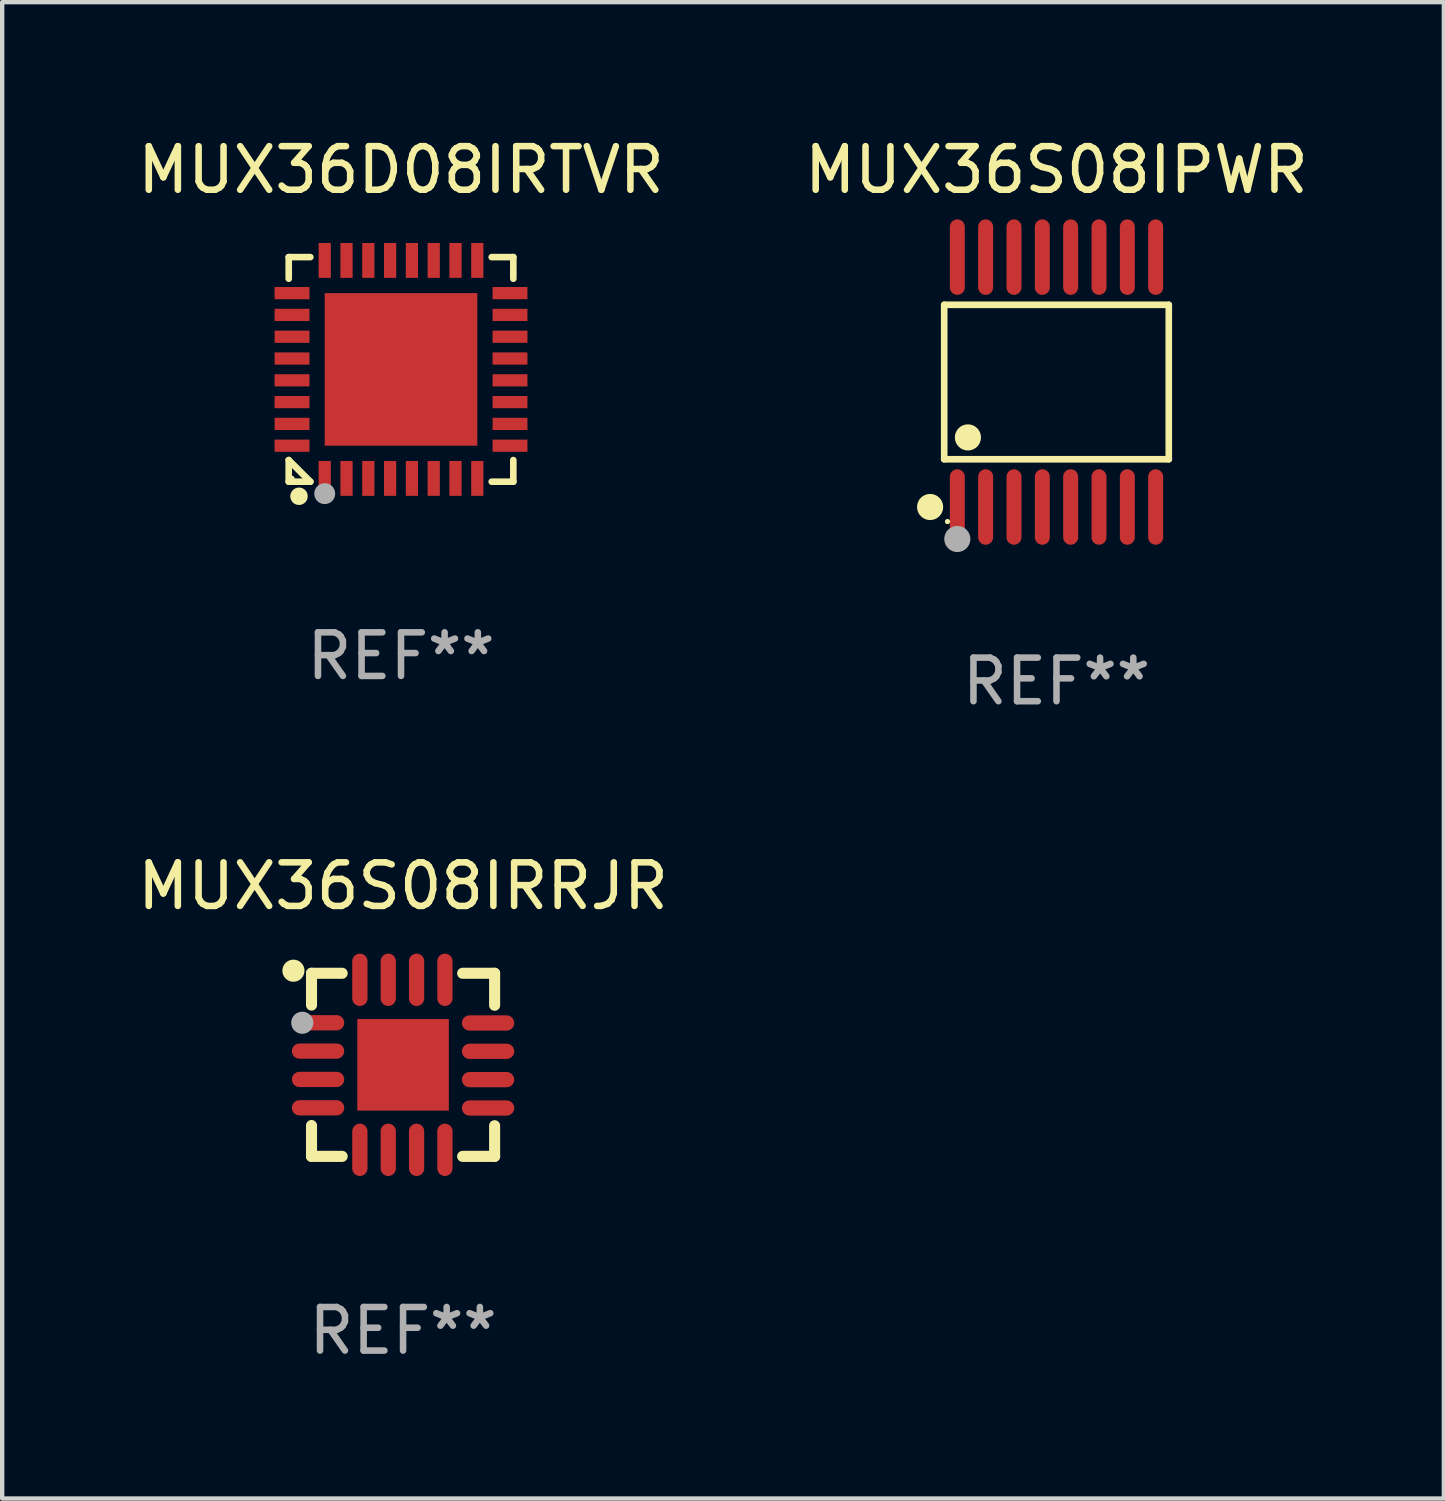
<source format=kicad_pcb>
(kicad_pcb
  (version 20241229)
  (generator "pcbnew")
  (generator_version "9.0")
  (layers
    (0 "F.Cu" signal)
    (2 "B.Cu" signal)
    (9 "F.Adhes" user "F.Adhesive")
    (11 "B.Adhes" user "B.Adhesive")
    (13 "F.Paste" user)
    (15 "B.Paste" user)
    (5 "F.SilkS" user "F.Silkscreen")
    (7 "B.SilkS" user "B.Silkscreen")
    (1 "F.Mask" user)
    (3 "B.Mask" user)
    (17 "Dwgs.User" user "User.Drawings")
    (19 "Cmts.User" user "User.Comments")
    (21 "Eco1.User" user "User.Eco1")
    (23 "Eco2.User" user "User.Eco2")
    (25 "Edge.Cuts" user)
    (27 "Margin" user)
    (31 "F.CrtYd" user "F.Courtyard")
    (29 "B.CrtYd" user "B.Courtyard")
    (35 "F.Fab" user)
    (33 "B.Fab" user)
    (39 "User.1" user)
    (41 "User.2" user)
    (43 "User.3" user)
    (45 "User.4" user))
  (footprint "MUX36S08IRRJR"
    (layer "F.Cu")
    (at 6.196 21.376)
    (property "Reference" "MUX36S08IRRJR" (at 0 -4.1 0) (layer "F.SilkS") (effects (font (size 1 1) (thickness 0.15))))
    (attr through_hole)
    (fp_line (start -2.1 -2.1) (end -2.1 -1.371) (stroke (width 0.254) (type solid)) (layer "F.SilkS"))
    (fp_line (start -2.1 -2.1) (end -1.397 -2.1) (stroke (width 0.254) (type solid)) (layer "F.SilkS"))
    (fp_line (start -2.1 1.392) (end -2.1 2.1) (stroke (width 0.254) (type solid)) (layer "F.SilkS"))
    (fp_line (start -2.1 2.1) (end -1.397 2.1) (stroke (width 0.254) (type solid)) (layer "F.SilkS"))
    (fp_line (start 1.366 -2.1) (end 2.1 -2.1) (stroke (width 0.254) (type solid)) (layer "F.SilkS"))
    (fp_line (start 1.366 2.1) (end 2.1 2.1) (stroke (width 0.254) (type solid)) (layer "F.SilkS"))
    (fp_line (start 2.1 -2.1) (end 2.1 -1.366) (stroke (width 0.254) (type solid)) (layer "F.SilkS"))
    (fp_line (start 2.1 1.397) (end 2.1 2.1) (stroke (width 0.254) (type solid)) (layer "F.SilkS"))
    (fp_circle (center -2.515 -2.159) (end -2.388 -2.159) (stroke (width 0.254) (type solid)) (fill no) (layer "F.SilkS"))
    (fp_circle (center -2.045 -1.97) (end -2.015 -1.97) (stroke (width 0.06) (type solid)) (fill no) (layer "F.SilkS"))
    (fp_circle (center -2.312 -0.965) (end -2.185 -0.965) (stroke (width 0.254) (type solid)) (fill no) (layer "F.Fab"))
    (fp_text user "REF**" (at 0 6.1 0) (layer "F.Fab") (effects (font (size 1 1) (thickness 0.15))))
    (pad "1" smd oval (at -1.95 -0.965 270) (size 0.35 1.2) (layers "F.Cu" "F.Mask" "F.Paste"))
    (pad "2" smd oval (at -1.95 -0.315 270) (size 0.35 1.2) (layers "F.Cu" "F.Mask" "F.Paste"))
    (pad "3" smd oval (at -1.95 0.335 270) (size 0.35 1.2) (layers "F.Cu" "F.Mask" "F.Paste"))
    (pad "4" smd oval (at -1.95 0.986 270) (size 0.35 1.2) (layers "F.Cu" "F.Mask" "F.Paste"))
    (pad "5" smd oval (at -0.991 1.95) (size 0.35 1.2) (layers "F.Cu" "F.Mask" "F.Paste"))
    (pad "6" smd oval (at -0.34 1.95) (size 0.35 1.2) (layers "F.Cu" "F.Mask" "F.Paste"))
    (pad "7" smd oval (at 0.31 1.95) (size 0.35 1.2) (layers "F.Cu" "F.Mask" "F.Paste"))
    (pad "8" smd oval (at 0.96 1.95) (size 0.35 1.2) (layers "F.Cu" "F.Mask" "F.Paste"))
    (pad "9" smd oval (at 1.95 0.991 270) (size 0.35 1.2) (layers "F.Cu" "F.Mask" "F.Paste"))
    (pad "10" smd oval (at 1.95 0.34 270) (size 0.35 1.2) (layers "F.Cu" "F.Mask" "F.Paste"))
    (pad "11" smd oval (at 1.95 -0.31 270) (size 0.35 1.2) (layers "F.Cu" "F.Mask" "F.Paste"))
    (pad "12" smd oval (at 1.95 -0.96 270) (size 0.35 1.2) (layers "F.Cu" "F.Mask" "F.Paste"))
    (pad "13" smd oval (at 0.96 -1.95) (size 0.35 1.2) (layers "F.Cu" "F.Mask" "F.Paste"))
    (pad "14" smd oval (at 0.31 -1.95) (size 0.35 1.2) (layers "F.Cu" "F.Mask" "F.Paste"))
    (pad "15" smd oval (at -0.34 -1.95) (size 0.35 1.2) (layers "F.Cu" "F.Mask" "F.Paste"))
    (pad "16" smd oval (at -0.991 -1.95) (size 0.35 1.2) (layers "F.Cu" "F.Mask" "F.Paste"))
    (pad "17" smd rect (at 0 0) (size 2.1 2.1) (layers "F.Cu" "F.Mask" "F.Paste")))
  (footprint "MUX36D08IRTVR"
    (layer "F.Cu")
    (at 6.149 5.424)
    (property "Reference" "MUX36D08IRTVR" (at 0 -4.576 0) (layer "F.SilkS") (effects (font (size 1 1) (thickness 0.15))))
    (attr through_hole)
    (fp_line (start -2.576 -2.576) (end -2.08 -2.576) (stroke (width 0.152) (type solid)) (layer "F.SilkS"))
    (fp_line (start -2.576 -2.08) (end -2.576 -2.576) (stroke (width 0.152) (type solid)) (layer "F.SilkS"))
    (fp_line (start -2.576 2.08) (end -2.576 2.576) (stroke (width 0.152) (type solid)) (layer "F.SilkS"))
    (fp_line (start -2.576 2.08) (end -2.08 2.576) (stroke (width 0.152) (type solid)) (layer "F.SilkS"))
    (fp_line (start -2.576 2.576) (end -2.08 2.576) (stroke (width 0.152) (type solid)) (layer "F.SilkS"))
    (fp_line (start 2.576 -2.576) (end 2.08 -2.576) (stroke (width 0.152) (type solid)) (layer "F.SilkS"))
    (fp_line (start 2.576 -2.08) (end 2.576 -2.576) (stroke (width 0.152) (type solid)) (layer "F.SilkS"))
    (fp_line (start 2.576 2.08) (end 2.576 2.576) (stroke (width 0.152) (type solid)) (layer "F.SilkS"))
    (fp_line (start 2.576 2.576) (end 2.08 2.576) (stroke (width 0.152) (type solid)) (layer "F.SilkS"))
    (fp_circle (center -2.5 2.5) (end -2.47 2.5) (stroke (width 0.06) (type solid)) (fill no) (layer "F.SilkS"))
    (fp_circle (center -2.34 2.91) (end -2.24 2.91) (stroke (width 0.2) (type solid)) (fill no) (layer "F.SilkS"))
    (fp_circle (center -1.75 2.85) (end -1.63 2.85) (stroke (width 0.24) (type solid)) (fill no) (layer "F.Fab"))
    (fp_text user "REF**" (at 0 6.576 0) (layer "F.Fab") (effects (font (size 1 1) (thickness 0.15))))
    (pad "1" smd rect (at -1.75 2.5) (size 0.28 0.8) (layers "F.Cu" "F.Mask" "F.Paste"))
    (pad "2" smd rect (at -1.25 2.5) (size 0.28 0.8) (layers "F.Cu" "F.Mask" "F.Paste"))
    (pad "3" smd rect (at -0.75 2.5) (size 0.28 0.8) (layers "F.Cu" "F.Mask" "F.Paste"))
    (pad "4" smd rect (at -0.25 2.5) (size 0.28 0.8) (layers "F.Cu" "F.Mask" "F.Paste"))
    (pad "5" smd rect (at 0.25 2.5) (size 0.28 0.8) (layers "F.Cu" "F.Mask" "F.Paste"))
    (pad "6" smd rect (at 0.75 2.5) (size 0.28 0.8) (layers "F.Cu" "F.Mask" "F.Paste"))
    (pad "7" smd rect (at 1.25 2.5) (size 0.28 0.8) (layers "F.Cu" "F.Mask" "F.Paste"))
    (pad "8" smd rect (at 1.75 2.5) (size 0.28 0.8) (layers "F.Cu" "F.Mask" "F.Paste"))
    (pad "9" smd rect (at 2.5 1.75) (size 0.8 0.28) (layers "F.Cu" "F.Mask" "F.Paste"))
    (pad "10" smd rect (at 2.5 1.25) (size 0.8 0.28) (layers "F.Cu" "F.Mask" "F.Paste"))
    (pad "11" smd rect (at 2.5 0.75) (size 0.8 0.28) (layers "F.Cu" "F.Mask" "F.Paste"))
    (pad "12" smd rect (at 2.5 0.25) (size 0.8 0.28) (layers "F.Cu" "F.Mask" "F.Paste"))
    (pad "13" smd rect (at 2.5 -0.25) (size 0.8 0.28) (layers "F.Cu" "F.Mask" "F.Paste"))
    (pad "14" smd rect (at 2.5 -0.75) (size 0.8 0.28) (layers "F.Cu" "F.Mask" "F.Paste"))
    (pad "15" smd rect (at 2.5 -1.25) (size 0.8 0.28) (layers "F.Cu" "F.Mask" "F.Paste"))
    (pad "16" smd rect (at 2.5 -1.75) (size 0.8 0.28) (layers "F.Cu" "F.Mask" "F.Paste"))
    (pad "17" smd rect (at 1.75 -2.5) (size 0.28 0.8) (layers "F.Cu" "F.Mask" "F.Paste"))
    (pad "18" smd rect (at 1.25 -2.5) (size 0.28 0.8) (layers "F.Cu" "F.Mask" "F.Paste"))
    (pad "19" smd rect (at 0.75 -2.5) (size 0.28 0.8) (layers "F.Cu" "F.Mask" "F.Paste"))
    (pad "20" smd rect (at 0.25 -2.5) (size 0.28 0.8) (layers "F.Cu" "F.Mask" "F.Paste"))
    (pad "21" smd rect (at -0.25 -2.5) (size 0.28 0.8) (layers "F.Cu" "F.Mask" "F.Paste"))
    (pad "22" smd rect (at -0.75 -2.5) (size 0.28 0.8) (layers "F.Cu" "F.Mask" "F.Paste"))
    (pad "23" smd rect (at -1.25 -2.5) (size 0.28 0.8) (layers "F.Cu" "F.Mask" "F.Paste"))
    (pad "24" smd rect (at -1.75 -2.5) (size 0.28 0.8) (layers "F.Cu" "F.Mask" "F.Paste"))
    (pad "25" smd rect (at -2.5 -1.75) (size 0.8 0.28) (layers "F.Cu" "F.Mask" "F.Paste"))
    (pad "26" smd rect (at -2.5 -1.25) (size 0.8 0.28) (layers "F.Cu" "F.Mask" "F.Paste"))
    (pad "27" smd rect (at -2.5 -0.75) (size 0.8 0.28) (layers "F.Cu" "F.Mask" "F.Paste"))
    (pad "28" smd rect (at -2.5 -0.25) (size 0.8 0.28) (layers "F.Cu" "F.Mask" "F.Paste"))
    (pad "29" smd rect (at -2.5 0.25) (size 0.8 0.28) (layers "F.Cu" "F.Mask" "F.Paste"))
    (pad "30" smd rect (at -2.5 0.75) (size 0.8 0.28) (layers "F.Cu" "F.Mask" "F.Paste"))
    (pad "31" smd rect (at -2.5 1.25) (size 0.8 0.28) (layers "F.Cu" "F.Mask" "F.Paste"))
    (pad "32" smd rect (at -2.5 1.75) (size 0.8 0.28) (layers "F.Cu" "F.Mask" "F.Paste"))
    (pad "33" smd rect (at 0 0) (size 3.5 3.5) (layers "F.Cu" "F.Mask" "F.Paste")))
  (footprint "MUX36S08IPWR"
    (layer "F.Cu")
    (at 21.185 5.714)
    (property "Reference" "MUX36S08IPWR" (at 0 -4.866 0) (layer "F.SilkS") (effects (font (size 1 1) (thickness 0.15))))
    (attr through_hole)
    (fp_line (start -2.576 -1.772) (end 2.576 -1.772) (stroke (width 0.152) (type solid)) (layer "F.SilkS"))
    (fp_line (start -2.576 1.771) (end -2.576 -1.772) (stroke (width 0.152) (type solid)) (layer "F.SilkS"))
    (fp_line (start 2.576 -1.772) (end 2.576 1.771) (stroke (width 0.152) (type solid)) (layer "F.SilkS"))
    (fp_line (start 2.576 1.771) (end -2.576 1.771) (stroke (width 0.152) (type solid)) (layer "F.SilkS"))
    (fp_circle (center -2.899 2.866) (end -2.749 2.866) (stroke (width 0.3) (type solid)) (fill no) (layer "F.SilkS"))
    (fp_circle (center -2.5 3.2) (end -2.47 3.2) (stroke (width 0.06) (type solid)) (fill no) (layer "F.SilkS"))
    (fp_circle (center -2.032 1.27) (end -1.882 1.27) (stroke (width 0.3) (type solid)) (fill no) (layer "F.SilkS"))
    (fp_circle (center -2.275 3.6) (end -2.125 3.6) (stroke (width 0.3) (type solid)) (fill no) (layer "F.Fab"))
    (fp_text user "REF**" (at 0 6.866 0) (layer "F.Fab") (effects (font (size 1 1) (thickness 0.15))))
    (pad "1" smd oval (at -2.275 2.866) (size 0.343 1.731) (layers "F.Cu" "F.Mask" "F.Paste"))
    (pad "2" smd oval (at -1.625 2.866) (size 0.343 1.731) (layers "F.Cu" "F.Mask" "F.Paste"))
    (pad "3" smd oval (at -0.975 2.866) (size 0.343 1.731) (layers "F.Cu" "F.Mask" "F.Paste"))
    (pad "4" smd oval (at -0.325 2.866) (size 0.343 1.731) (layers "F.Cu" "F.Mask" "F.Paste"))
    (pad "5" smd oval (at 0.325 2.866) (size 0.343 1.731) (layers "F.Cu" "F.Mask" "F.Paste"))
    (pad "6" smd oval (at 0.975 2.866) (size 0.343 1.731) (layers "F.Cu" "F.Mask" "F.Paste"))
    (pad "7" smd oval (at 1.625 2.866) (size 0.343 1.731) (layers "F.Cu" "F.Mask" "F.Paste"))
    (pad "8" smd oval (at 2.275 2.866) (size 0.343 1.731) (layers "F.Cu" "F.Mask" "F.Paste"))
    (pad "9" smd oval (at 2.275 -2.866) (size 0.343 1.731) (layers "F.Cu" "F.Mask" "F.Paste"))
    (pad "10" smd oval (at 1.625 -2.866) (size 0.343 1.731) (layers "F.Cu" "F.Mask" "F.Paste"))
    (pad "11" smd oval (at 0.975 -2.866) (size 0.343 1.731) (layers "F.Cu" "F.Mask" "F.Paste"))
    (pad "12" smd oval (at 0.325 -2.866) (size 0.343 1.731) (layers "F.Cu" "F.Mask" "F.Paste"))
    (pad "13" smd oval (at -0.325 -2.866) (size 0.343 1.731) (layers "F.Cu" "F.Mask" "F.Paste"))
    (pad "14" smd oval (at -0.975 -2.866) (size 0.343 1.731) (layers "F.Cu" "F.Mask" "F.Paste"))
    (pad "15" smd oval (at -1.625 -2.866) (size 0.343 1.731) (layers "F.Cu" "F.Mask" "F.Paste"))
    (pad "16" smd oval (at -2.275 -2.866) (size 0.343 1.731) (layers "F.Cu" "F.Mask" "F.Paste")))
  (gr_rect
    (start -3 -3)
    (end 30.071 31.325)
    (stroke (width 0.1) (type default))
    (fill no)
    (layer "Edge.Cuts")))
</source>
